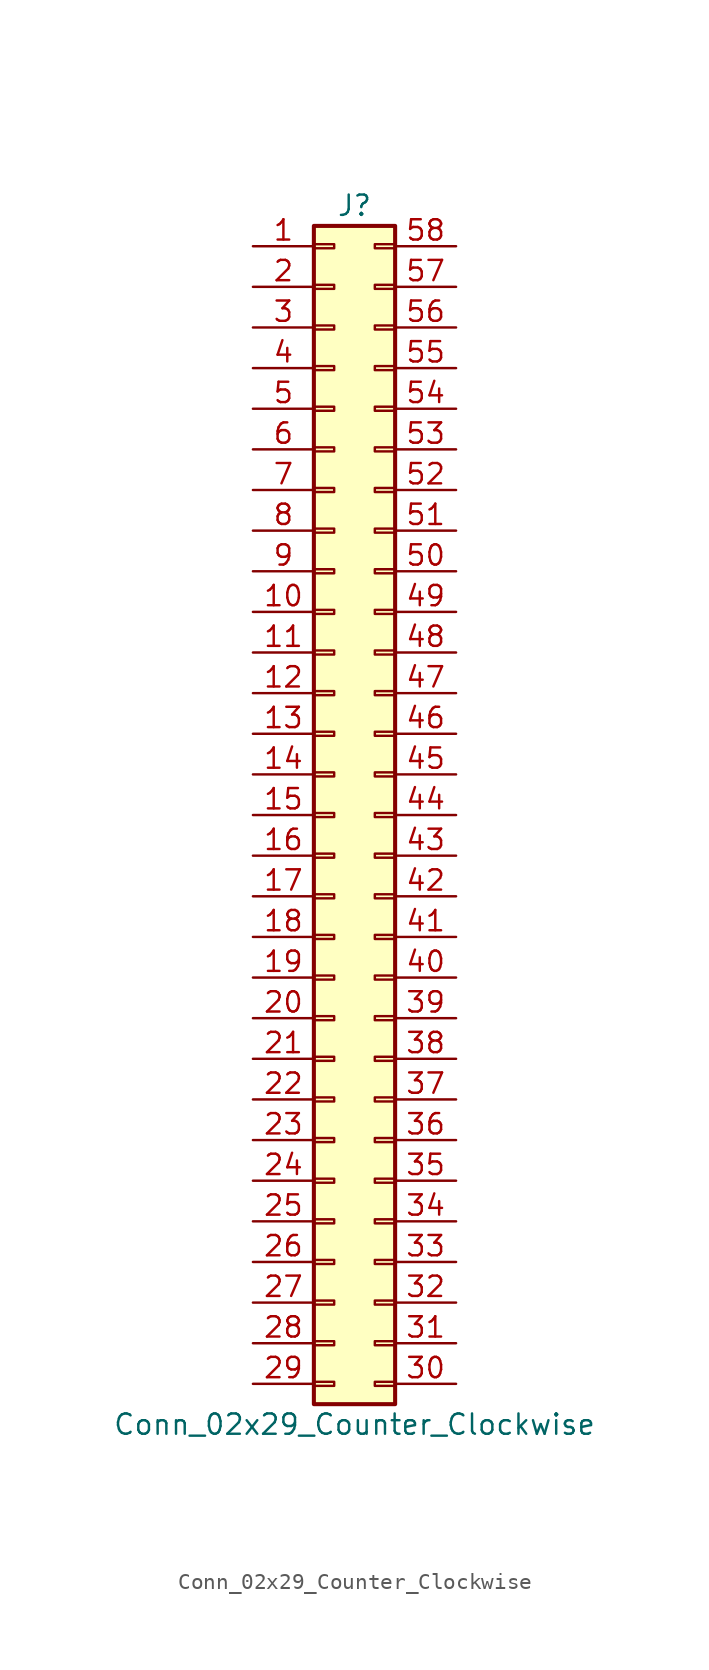
<source format=kicad_sym>
(kicad_symbol_lib
  (version 20201005)
  (generator kicad_symbol_editor)
  (symbol "Conn_02x29_Counter_Clockwise"
    (pin_names
      (offset 1.016) hide)
    (property "Reference" "J"
      (at 1.27 38.1 0)
      (effects (font (size 1.27 1.27))))
    (property "Value" "Conn_02x29_Counter_Clockwise"
      (at 1.27 -38.1 0)
      (effects (font (size 1.27 1.27))))
    (symbol "Conn_02x29_Counter_Clockwise_1_1"
      (rectangle (start -1.27 -35.433) (end 0 -35.687) (stroke (width 0.152)) (fill (type none)))
      (rectangle (start -1.27 -32.893) (end 0 -33.147) (stroke (width 0.152)) (fill (type none)))
      (rectangle (start -1.27 -30.353) (end 0 -30.607) (stroke (width 0.152)) (fill (type none)))
      (rectangle (start -1.27 -27.813) (end 0 -28.067) (stroke (width 0.152)) (fill (type none)))
      (rectangle (start -1.27 -25.273) (end 0 -25.527) (stroke (width 0.152)) (fill (type none)))
      (rectangle (start -1.27 -22.733) (end 0 -22.987) (stroke (width 0.152)) (fill (type none)))
      (rectangle (start -1.27 -20.193) (end 0 -20.447) (stroke (width 0.152)) (fill (type none)))
      (rectangle (start -1.27 -17.653) (end 0 -17.907) (stroke (width 0.152)) (fill (type none)))
      (rectangle (start -1.27 -15.113) (end 0 -15.367) (stroke (width 0.152)) (fill (type none)))
      (rectangle (start -1.27 -12.573) (end 0 -12.827) (stroke (width 0.152)) (fill (type none)))
      (rectangle (start -1.27 -10.033) (end 0 -10.287) (stroke (width 0.152)) (fill (type none)))
      (rectangle (start -1.27 -7.493) (end 0 -7.747) (stroke (width 0.152)) (fill (type none)))
      (rectangle (start -1.27 -4.953) (end 0 -5.207) (stroke (width 0.152)) (fill (type none)))
      (rectangle (start -1.27 -2.413) (end 0 -2.667) (stroke (width 0.152)) (fill (type none)))
      (rectangle (start -1.27 0.127) (end 0 -0.127) (stroke (width 0.152)) (fill (type none)))
      (rectangle (start -1.27 2.667) (end 0 2.413) (stroke (width 0.152)) (fill (type none)))
      (rectangle (start -1.27 5.207) (end 0 4.953) (stroke (width 0.152)) (fill (type none)))
      (rectangle (start -1.27 7.747) (end 0 7.493) (stroke (width 0.152)) (fill (type none)))
      (rectangle (start -1.27 10.287) (end 0 10.033) (stroke (width 0.152)) (fill (type none)))
      (rectangle (start -1.27 12.827) (end 0 12.573) (stroke (width 0.152)) (fill (type none)))
      (rectangle (start -1.27 15.367) (end 0 15.113) (stroke (width 0.152)) (fill (type none)))
      (rectangle (start -1.27 17.907) (end 0 17.653) (stroke (width 0.152)) (fill (type none)))
      (rectangle (start -1.27 20.447) (end 0 20.193) (stroke (width 0.152)) (fill (type none)))
      (rectangle (start -1.27 22.987) (end 0 22.733) (stroke (width 0.152)) (fill (type none)))
      (rectangle (start -1.27 25.527) (end 0 25.273) (stroke (width 0.152)) (fill (type none)))
      (rectangle (start -1.27 28.067) (end 0 27.813) (stroke (width 0.152)) (fill (type none)))
      (rectangle (start -1.27 30.607) (end 0 30.353) (stroke (width 0.152)) (fill (type none)))
      (rectangle (start -1.27 33.147) (end 0 32.893) (stroke (width 0.152)) (fill (type none)))
      (rectangle (start -1.27 35.687) (end 0 35.433) (stroke (width 0.152)) (fill (type none)))
      (rectangle (start 3.81 -35.433) (end 2.54 -35.687) (stroke (width 0.152)) (fill (type none)))
      (rectangle (start 3.81 -32.893) (end 2.54 -33.147) (stroke (width 0.152)) (fill (type none)))
      (rectangle (start 3.81 -30.353) (end 2.54 -30.607) (stroke (width 0.152)) (fill (type none)))
      (rectangle (start 3.81 -27.813) (end 2.54 -28.067) (stroke (width 0.152)) (fill (type none)))
      (rectangle (start 3.81 -25.273) (end 2.54 -25.527) (stroke (width 0.152)) (fill (type none)))
      (rectangle (start 3.81 -22.733) (end 2.54 -22.987) (stroke (width 0.152)) (fill (type none)))
      (rectangle (start 3.81 -20.193) (end 2.54 -20.447) (stroke (width 0.152)) (fill (type none)))
      (rectangle (start 3.81 -17.653) (end 2.54 -17.907) (stroke (width 0.152)) (fill (type none)))
      (rectangle (start 3.81 -15.113) (end 2.54 -15.367) (stroke (width 0.152)) (fill (type none)))
      (rectangle (start 3.81 -12.573) (end 2.54 -12.827) (stroke (width 0.152)) (fill (type none)))
      (rectangle (start 3.81 -10.033) (end 2.54 -10.287) (stroke (width 0.152)) (fill (type none)))
      (rectangle (start 3.81 -7.493) (end 2.54 -7.747) (stroke (width 0.152)) (fill (type none)))
      (rectangle (start 3.81 -4.953) (end 2.54 -5.207) (stroke (width 0.152)) (fill (type none)))
      (rectangle (start 3.81 -2.413) (end 2.54 -2.667) (stroke (width 0.152)) (fill (type none)))
      (rectangle (start 3.81 0.127) (end 2.54 -0.127) (stroke (width 0.152)) (fill (type none)))
      (rectangle (start 3.81 2.667) (end 2.54 2.413) (stroke (width 0.152)) (fill (type none)))
      (rectangle (start 3.81 5.207) (end 2.54 4.953) (stroke (width 0.152)) (fill (type none)))
      (rectangle (start 3.81 7.747) (end 2.54 7.493) (stroke (width 0.152)) (fill (type none)))
      (rectangle (start 3.81 10.287) (end 2.54 10.033) (stroke (width 0.152)) (fill (type none)))
      (rectangle (start 3.81 12.827) (end 2.54 12.573) (stroke (width 0.152)) (fill (type none)))
      (rectangle (start 3.81 15.367) (end 2.54 15.113) (stroke (width 0.152)) (fill (type none)))
      (rectangle (start 3.81 17.907) (end 2.54 17.653) (stroke (width 0.152)) (fill (type none)))
      (rectangle (start 3.81 20.447) (end 2.54 20.193) (stroke (width 0.152)) (fill (type none)))
      (rectangle (start 3.81 22.987) (end 2.54 22.733) (stroke (width 0.152)) (fill (type none)))
      (rectangle (start 3.81 25.527) (end 2.54 25.273) (stroke (width 0.152)) (fill (type none)))
      (rectangle (start 3.81 28.067) (end 2.54 27.813) (stroke (width 0.152)) (fill (type none)))
      (rectangle (start 3.81 30.607) (end 2.54 30.353) (stroke (width 0.152)) (fill (type none)))
      (rectangle (start 3.81 33.147) (end 2.54 32.893) (stroke (width 0.152)) (fill (type none)))
      (rectangle (start 3.81 35.687) (end 2.54 35.433) (stroke (width 0.152)) (fill (type none)))
      (rectangle (start -1.27 36.83) (end 3.81 -36.83) (stroke (width 0.254)) (fill (type background)))
      (pin passive line (at -5.08 35.56 0) (length 3.81) (name "Pin_1" (effects (font (size 1.27 1.27)))) (number "1" (effects (font (size 1.27 1.27)))))
      (pin passive line (at -5.08 12.7 0) (length 3.81) (name "Pin_10" (effects (font (size 1.27 1.27)))) (number "10" (effects (font (size 1.27 1.27)))))
      (pin passive line (at -5.08 10.16 0) (length 3.81) (name "Pin_11" (effects (font (size 1.27 1.27)))) (number "11" (effects (font (size 1.27 1.27)))))
      (pin passive line (at -5.08 7.62 0) (length 3.81) (name "Pin_12" (effects (font (size 1.27 1.27)))) (number "12" (effects (font (size 1.27 1.27)))))
      (pin passive line (at -5.08 5.08 0) (length 3.81) (name "Pin_13" (effects (font (size 1.27 1.27)))) (number "13" (effects (font (size 1.27 1.27)))))
      (pin passive line (at -5.08 2.54 0) (length 3.81) (name "Pin_14" (effects (font (size 1.27 1.27)))) (number "14" (effects (font (size 1.27 1.27)))))
      (pin passive line (at -5.08 0 0) (length 3.81) (name "Pin_15" (effects (font (size 1.27 1.27)))) (number "15" (effects (font (size 1.27 1.27)))))
      (pin passive line (at -5.08 -2.54 0) (length 3.81) (name "Pin_16" (effects (font (size 1.27 1.27)))) (number "16" (effects (font (size 1.27 1.27)))))
      (pin passive line (at -5.08 -5.08 0) (length 3.81) (name "Pin_17" (effects (font (size 1.27 1.27)))) (number "17" (effects (font (size 1.27 1.27)))))
      (pin passive line (at -5.08 -7.62 0) (length 3.81) (name "Pin_18" (effects (font (size 1.27 1.27)))) (number "18" (effects (font (size 1.27 1.27)))))
      (pin passive line (at -5.08 -10.16 0) (length 3.81) (name "Pin_19" (effects (font (size 1.27 1.27)))) (number "19" (effects (font (size 1.27 1.27)))))
      (pin passive line (at -5.08 33.02 0) (length 3.81) (name "Pin_2" (effects (font (size 1.27 1.27)))) (number "2" (effects (font (size 1.27 1.27)))))
      (pin passive line (at -5.08 -12.7 0) (length 3.81) (name "Pin_20" (effects (font (size 1.27 1.27)))) (number "20" (effects (font (size 1.27 1.27)))))
      (pin passive line (at -5.08 -15.24 0) (length 3.81) (name "Pin_21" (effects (font (size 1.27 1.27)))) (number "21" (effects (font (size 1.27 1.27)))))
      (pin passive line (at -5.08 -17.78 0) (length 3.81) (name "Pin_22" (effects (font (size 1.27 1.27)))) (number "22" (effects (font (size 1.27 1.27)))))
      (pin passive line (at -5.08 -20.32 0) (length 3.81) (name "Pin_23" (effects (font (size 1.27 1.27)))) (number "23" (effects (font (size 1.27 1.27)))))
      (pin passive line (at -5.08 -22.86 0) (length 3.81) (name "Pin_24" (effects (font (size 1.27 1.27)))) (number "24" (effects (font (size 1.27 1.27)))))
      (pin passive line (at -5.08 -25.4 0) (length 3.81) (name "Pin_25" (effects (font (size 1.27 1.27)))) (number "25" (effects (font (size 1.27 1.27)))))
      (pin passive line (at -5.08 -27.94 0) (length 3.81) (name "Pin_26" (effects (font (size 1.27 1.27)))) (number "26" (effects (font (size 1.27 1.27)))))
      (pin passive line (at -5.08 -30.48 0) (length 3.81) (name "Pin_27" (effects (font (size 1.27 1.27)))) (number "27" (effects (font (size 1.27 1.27)))))
      (pin passive line (at -5.08 -33.02 0) (length 3.81) (name "Pin_28" (effects (font (size 1.27 1.27)))) (number "28" (effects (font (size 1.27 1.27)))))
      (pin passive line (at -5.08 -35.56 0) (length 3.81) (name "Pin_29" (effects (font (size 1.27 1.27)))) (number "29" (effects (font (size 1.27 1.27)))))
      (pin passive line (at -5.08 30.48 0) (length 3.81) (name "Pin_3" (effects (font (size 1.27 1.27)))) (number "3" (effects (font (size 1.27 1.27)))))
      (pin passive line (at 7.62 -35.56 180) (length 3.81) (name "Pin_30" (effects (font (size 1.27 1.27)))) (number "30" (effects (font (size 1.27 1.27)))))
      (pin passive line (at 7.62 -33.02 180) (length 3.81) (name "Pin_31" (effects (font (size 1.27 1.27)))) (number "31" (effects (font (size 1.27 1.27)))))
      (pin passive line (at 7.62 -30.48 180) (length 3.81) (name "Pin_32" (effects (font (size 1.27 1.27)))) (number "32" (effects (font (size 1.27 1.27)))))
      (pin passive line (at 7.62 -27.94 180) (length 3.81) (name "Pin_33" (effects (font (size 1.27 1.27)))) (number "33" (effects (font (size 1.27 1.27)))))
      (pin passive line (at 7.62 -25.4 180) (length 3.81) (name "Pin_34" (effects (font (size 1.27 1.27)))) (number "34" (effects (font (size 1.27 1.27)))))
      (pin passive line (at 7.62 -22.86 180) (length 3.81) (name "Pin_35" (effects (font (size 1.27 1.27)))) (number "35" (effects (font (size 1.27 1.27)))))
      (pin passive line (at 7.62 -20.32 180) (length 3.81) (name "Pin_36" (effects (font (size 1.27 1.27)))) (number "36" (effects (font (size 1.27 1.27)))))
      (pin passive line (at 7.62 -17.78 180) (length 3.81) (name "Pin_37" (effects (font (size 1.27 1.27)))) (number "37" (effects (font (size 1.27 1.27)))))
      (pin passive line (at 7.62 -15.24 180) (length 3.81) (name "Pin_38" (effects (font (size 1.27 1.27)))) (number "38" (effects (font (size 1.27 1.27)))))
      (pin passive line (at 7.62 -12.7 180) (length 3.81) (name "Pin_39" (effects (font (size 1.27 1.27)))) (number "39" (effects (font (size 1.27 1.27)))))
      (pin passive line (at -5.08 27.94 0) (length 3.81) (name "Pin_4" (effects (font (size 1.27 1.27)))) (number "4" (effects (font (size 1.27 1.27)))))
      (pin passive line (at 7.62 -10.16 180) (length 3.81) (name "Pin_40" (effects (font (size 1.27 1.27)))) (number "40" (effects (font (size 1.27 1.27)))))
      (pin passive line (at 7.62 -7.62 180) (length 3.81) (name "Pin_41" (effects (font (size 1.27 1.27)))) (number "41" (effects (font (size 1.27 1.27)))))
      (pin passive line (at 7.62 -5.08 180) (length 3.81) (name "Pin_42" (effects (font (size 1.27 1.27)))) (number "42" (effects (font (size 1.27 1.27)))))
      (pin passive line (at 7.62 -2.54 180) (length 3.81) (name "Pin_43" (effects (font (size 1.27 1.27)))) (number "43" (effects (font (size 1.27 1.27)))))
      (pin passive line (at 7.62 0 180) (length 3.81) (name "Pin_44" (effects (font (size 1.27 1.27)))) (number "44" (effects (font (size 1.27 1.27)))))
      (pin passive line (at 7.62 2.54 180) (length 3.81) (name "Pin_45" (effects (font (size 1.27 1.27)))) (number "45" (effects (font (size 1.27 1.27)))))
      (pin passive line (at 7.62 5.08 180) (length 3.81) (name "Pin_46" (effects (font (size 1.27 1.27)))) (number "46" (effects (font (size 1.27 1.27)))))
      (pin passive line (at 7.62 7.62 180) (length 3.81) (name "Pin_47" (effects (font (size 1.27 1.27)))) (number "47" (effects (font (size 1.27 1.27)))))
      (pin passive line (at 7.62 10.16 180) (length 3.81) (name "Pin_48" (effects (font (size 1.27 1.27)))) (number "48" (effects (font (size 1.27 1.27)))))
      (pin passive line (at 7.62 12.7 180) (length 3.81) (name "Pin_49" (effects (font (size 1.27 1.27)))) (number "49" (effects (font (size 1.27 1.27)))))
      (pin passive line (at -5.08 25.4 0) (length 3.81) (name "Pin_5" (effects (font (size 1.27 1.27)))) (number "5" (effects (font (size 1.27 1.27)))))
      (pin passive line (at 7.62 15.24 180) (length 3.81) (name "Pin_50" (effects (font (size 1.27 1.27)))) (number "50" (effects (font (size 1.27 1.27)))))
      (pin passive line (at 7.62 17.78 180) (length 3.81) (name "Pin_51" (effects (font (size 1.27 1.27)))) (number "51" (effects (font (size 1.27 1.27)))))
      (pin passive line (at 7.62 20.32 180) (length 3.81) (name "Pin_52" (effects (font (size 1.27 1.27)))) (number "52" (effects (font (size 1.27 1.27)))))
      (pin passive line (at 7.62 22.86 180) (length 3.81) (name "Pin_53" (effects (font (size 1.27 1.27)))) (number "53" (effects (font (size 1.27 1.27)))))
      (pin passive line (at 7.62 25.4 180) (length 3.81) (name "Pin_54" (effects (font (size 1.27 1.27)))) (number "54" (effects (font (size 1.27 1.27)))))
      (pin passive line (at 7.62 27.94 180) (length 3.81) (name "Pin_55" (effects (font (size 1.27 1.27)))) (number "55" (effects (font (size 1.27 1.27)))))
      (pin passive line (at 7.62 30.48 180) (length 3.81) (name "Pin_56" (effects (font (size 1.27 1.27)))) (number "56" (effects (font (size 1.27 1.27)))))
      (pin passive line (at 7.62 33.02 180) (length 3.81) (name "Pin_57" (effects (font (size 1.27 1.27)))) (number "57" (effects (font (size 1.27 1.27)))))
      (pin passive line (at 7.62 35.56 180) (length 3.81) (name "Pin_58" (effects (font (size 1.27 1.27)))) (number "58" (effects (font (size 1.27 1.27)))))
      (pin passive line (at -5.08 22.86 0) (length 3.81) (name "Pin_6" (effects (font (size 1.27 1.27)))) (number "6" (effects (font (size 1.27 1.27)))))
      (pin passive line (at -5.08 20.32 0) (length 3.81) (name "Pin_7" (effects (font (size 1.27 1.27)))) (number "7" (effects (font (size 1.27 1.27)))))
      (pin passive line (at -5.08 17.78 0) (length 3.81) (name "Pin_8" (effects (font (size 1.27 1.27)))) (number "8" (effects (font (size 1.27 1.27)))))
      (pin passive line (at -5.08 15.24 0) (length 3.81) (name "Pin_9" (effects (font (size 1.27 1.27)))) (number "9" (effects (font (size 1.27 1.27))))))))
</source>
